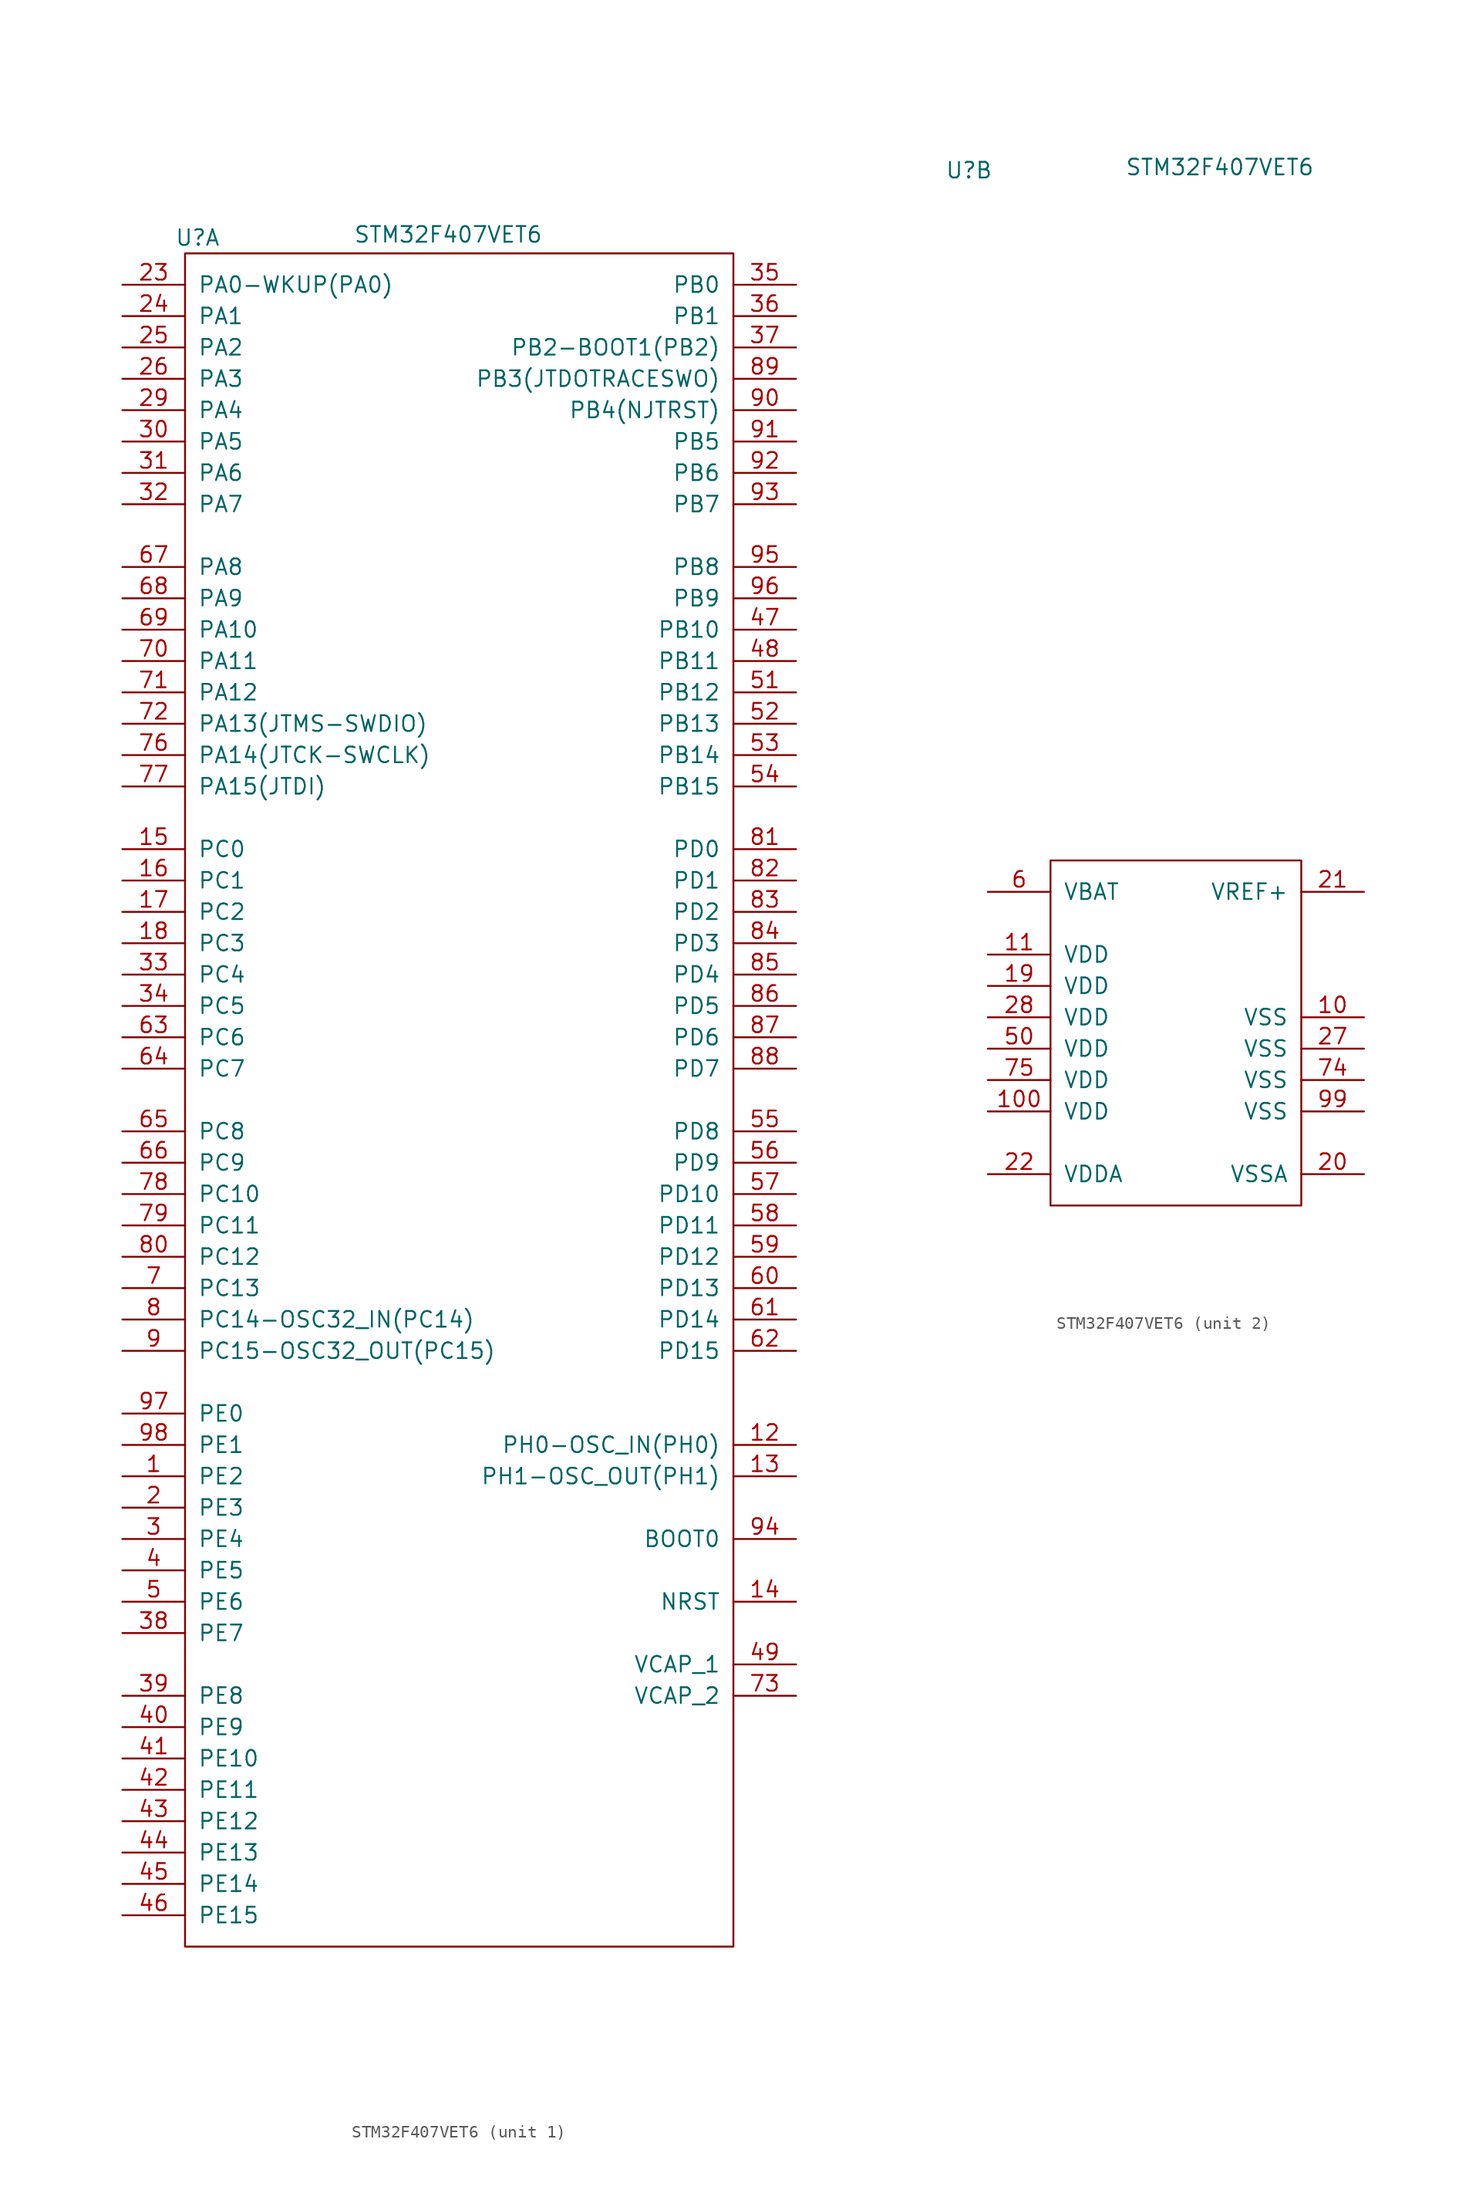
<source format=kicad_sym>
(kicad_symbol_lib
  (version 20231120)
  (generator "kicad_symbol_editor")
  (generator_version "8.0")
  (symbol "STM32F407VET6"
    (pin_names
      (offset 1.016))
    (property "Reference" "U"
      (at -16.764 69.85 0)
      (effects (font (size 1.27 1.27))))
    (property "Value" "STM32F407VET6"
      (at 3.556 70.104 0)
      (effects (font (size 1.27 1.27))))
    (symbol "STM32F407VET6_1_1"
      (rectangle (start -17.78 68.58) (end 26.67 -68.58) (stroke (width 0.152) (type solid)) (fill (type none)))
      (pin bidirectional line (at -22.86 -30.48 0) (length 5.08) (name "PE2" (effects (font (size 1.27 1.27)))) (number "1" (effects (font (size 1.27 1.27)))))
      (pin bidirectional line (at 31.75 -27.94 180) (length 5.08) (name "PH0-OSC_IN(PH0)" (effects (font (size 1.27 1.27)))) (number "12" (effects (font (size 1.27 1.27)))))
      (pin bidirectional line (at 31.75 -30.48 180) (length 5.08) (name "PH1-OSC_OUT(PH1)" (effects (font (size 1.27 1.27)))) (number "13" (effects (font (size 1.27 1.27)))))
      (pin bidirectional line (at 31.75 -40.64 180) (length 5.08) (name "NRST" (effects (font (size 1.27 1.27)))) (number "14" (effects (font (size 1.27 1.27)))))
      (pin bidirectional line (at -22.86 20.32 0) (length 5.08) (name "PC0" (effects (font (size 1.27 1.27)))) (number "15" (effects (font (size 1.27 1.27)))))
      (pin bidirectional line (at -22.86 17.78 0) (length 5.08) (name "PC1" (effects (font (size 1.27 1.27)))) (number "16" (effects (font (size 1.27 1.27)))))
      (pin bidirectional line (at -22.86 15.24 0) (length 5.08) (name "PC2" (effects (font (size 1.27 1.27)))) (number "17" (effects (font (size 1.27 1.27)))))
      (pin bidirectional line (at -22.86 12.7 0) (length 5.08) (name "PC3" (effects (font (size 1.27 1.27)))) (number "18" (effects (font (size 1.27 1.27)))))
      (pin bidirectional line (at -22.86 -33.02 0) (length 5.08) (name "PE3" (effects (font (size 1.27 1.27)))) (number "2" (effects (font (size 1.27 1.27)))))
      (pin bidirectional line (at -22.86 66.04 0) (length 5.08) (name "PA0-WKUP(PA0)" (effects (font (size 1.27 1.27)))) (number "23" (effects (font (size 1.27 1.27)))))
      (pin bidirectional line (at -22.86 63.5 0) (length 5.08) (name "PA1" (effects (font (size 1.27 1.27)))) (number "24" (effects (font (size 1.27 1.27)))))
      (pin bidirectional line (at -22.86 60.96 0) (length 5.08) (name "PA2" (effects (font (size 1.27 1.27)))) (number "25" (effects (font (size 1.27 1.27)))))
      (pin bidirectional line (at -22.86 58.42 0) (length 5.08) (name "PA3" (effects (font (size 1.27 1.27)))) (number "26" (effects (font (size 1.27 1.27)))))
      (pin bidirectional line (at -22.86 55.88 0) (length 5.08) (name "PA4" (effects (font (size 1.27 1.27)))) (number "29" (effects (font (size 1.27 1.27)))))
      (pin bidirectional line (at -22.86 -35.56 0) (length 5.08) (name "PE4" (effects (font (size 1.27 1.27)))) (number "3" (effects (font (size 1.27 1.27)))))
      (pin bidirectional line (at -22.86 53.34 0) (length 5.08) (name "PA5" (effects (font (size 1.27 1.27)))) (number "30" (effects (font (size 1.27 1.27)))))
      (pin bidirectional line (at -22.86 50.8 0) (length 5.08) (name "PA6" (effects (font (size 1.27 1.27)))) (number "31" (effects (font (size 1.27 1.27)))))
      (pin bidirectional line (at -22.86 48.26 0) (length 5.08) (name "PA7" (effects (font (size 1.27 1.27)))) (number "32" (effects (font (size 1.27 1.27)))))
      (pin bidirectional line (at -22.86 10.16 0) (length 5.08) (name "PC4" (effects (font (size 1.27 1.27)))) (number "33" (effects (font (size 1.27 1.27)))))
      (pin bidirectional line (at -22.86 7.62 0) (length 5.08) (name "PC5" (effects (font (size 1.27 1.27)))) (number "34" (effects (font (size 1.27 1.27)))))
      (pin bidirectional line (at 31.75 66.04 180) (length 5.08) (name "PB0" (effects (font (size 1.27 1.27)))) (number "35" (effects (font (size 1.27 1.27)))))
      (pin bidirectional line (at 31.75 63.5 180) (length 5.08) (name "PB1" (effects (font (size 1.27 1.27)))) (number "36" (effects (font (size 1.27 1.27)))))
      (pin bidirectional line (at 31.75 60.96 180) (length 5.08) (name "PB2-BOOT1(PB2)" (effects (font (size 1.27 1.27)))) (number "37" (effects (font (size 1.27 1.27)))))
      (pin bidirectional line (at -22.86 -43.18 0) (length 5.08) (name "PE7" (effects (font (size 1.27 1.27)))) (number "38" (effects (font (size 1.27 1.27)))))
      (pin bidirectional line (at -22.86 -48.26 0) (length 5.08) (name "PE8" (effects (font (size 1.27 1.27)))) (number "39" (effects (font (size 1.27 1.27)))))
      (pin bidirectional line (at -22.86 -38.1 0) (length 5.08) (name "PE5" (effects (font (size 1.27 1.27)))) (number "4" (effects (font (size 1.27 1.27)))))
      (pin bidirectional line (at -22.86 -50.8 0) (length 5.08) (name "PE9" (effects (font (size 1.27 1.27)))) (number "40" (effects (font (size 1.27 1.27)))))
      (pin bidirectional line (at -22.86 -53.34 0) (length 5.08) (name "PE10" (effects (font (size 1.27 1.27)))) (number "41" (effects (font (size 1.27 1.27)))))
      (pin bidirectional line (at -22.86 -55.88 0) (length 5.08) (name "PE11" (effects (font (size 1.27 1.27)))) (number "42" (effects (font (size 1.27 1.27)))))
      (pin bidirectional line (at -22.86 -58.42 0) (length 5.08) (name "PE12" (effects (font (size 1.27 1.27)))) (number "43" (effects (font (size 1.27 1.27)))))
      (pin bidirectional line (at -22.86 -60.96 0) (length 5.08) (name "PE13" (effects (font (size 1.27 1.27)))) (number "44" (effects (font (size 1.27 1.27)))))
      (pin bidirectional line (at -22.86 -63.5 0) (length 5.08) (name "PE14" (effects (font (size 1.27 1.27)))) (number "45" (effects (font (size 1.27 1.27)))))
      (pin bidirectional line (at -22.86 -66.04 0) (length 5.08) (name "PE15" (effects (font (size 1.27 1.27)))) (number "46" (effects (font (size 1.27 1.27)))))
      (pin bidirectional line (at 31.75 38.1 180) (length 5.08) (name "PB10" (effects (font (size 1.27 1.27)))) (number "47" (effects (font (size 1.27 1.27)))))
      (pin bidirectional line (at 31.75 35.56 180) (length 5.08) (name "PB11" (effects (font (size 1.27 1.27)))) (number "48" (effects (font (size 1.27 1.27)))))
      (pin power_in line (at 31.75 -45.72 180) (length 5.08) (name "VCAP_1" (effects (font (size 1.27 1.27)))) (number "49" (effects (font (size 1.27 1.27)))))
      (pin bidirectional line (at -22.86 -40.64 0) (length 5.08) (name "PE6" (effects (font (size 1.27 1.27)))) (number "5" (effects (font (size 1.27 1.27)))))
      (pin bidirectional line (at 31.75 33.02 180) (length 5.08) (name "PB12" (effects (font (size 1.27 1.27)))) (number "51" (effects (font (size 1.27 1.27)))))
      (pin bidirectional line (at 31.75 30.48 180) (length 5.08) (name "PB13" (effects (font (size 1.27 1.27)))) (number "52" (effects (font (size 1.27 1.27)))))
      (pin bidirectional line (at 31.75 27.94 180) (length 5.08) (name "PB14" (effects (font (size 1.27 1.27)))) (number "53" (effects (font (size 1.27 1.27)))))
      (pin bidirectional line (at 31.75 25.4 180) (length 5.08) (name "PB15" (effects (font (size 1.27 1.27)))) (number "54" (effects (font (size 1.27 1.27)))))
      (pin bidirectional line (at 31.75 -2.54 180) (length 5.08) (name "PD8" (effects (font (size 1.27 1.27)))) (number "55" (effects (font (size 1.27 1.27)))))
      (pin bidirectional line (at 31.75 -5.08 180) (length 5.08) (name "PD9" (effects (font (size 1.27 1.27)))) (number "56" (effects (font (size 1.27 1.27)))))
      (pin bidirectional line (at 31.75 -7.62 180) (length 5.08) (name "PD10" (effects (font (size 1.27 1.27)))) (number "57" (effects (font (size 1.27 1.27)))))
      (pin bidirectional line (at 31.75 -10.16 180) (length 5.08) (name "PD11" (effects (font (size 1.27 1.27)))) (number "58" (effects (font (size 1.27 1.27)))))
      (pin bidirectional line (at 31.75 -12.7 180) (length 5.08) (name "PD12" (effects (font (size 1.27 1.27)))) (number "59" (effects (font (size 1.27 1.27)))))
      (pin bidirectional line (at 31.75 -15.24 180) (length 5.08) (name "PD13" (effects (font (size 1.27 1.27)))) (number "60" (effects (font (size 1.27 1.27)))))
      (pin bidirectional line (at 31.75 -17.78 180) (length 5.08) (name "PD14" (effects (font (size 1.27 1.27)))) (number "61" (effects (font (size 1.27 1.27)))))
      (pin bidirectional line (at 31.75 -20.32 180) (length 5.08) (name "PD15" (effects (font (size 1.27 1.27)))) (number "62" (effects (font (size 1.27 1.27)))))
      (pin bidirectional line (at -22.86 5.08 0) (length 5.08) (name "PC6" (effects (font (size 1.27 1.27)))) (number "63" (effects (font (size 1.27 1.27)))))
      (pin bidirectional line (at -22.86 2.54 0) (length 5.08) (name "PC7" (effects (font (size 1.27 1.27)))) (number "64" (effects (font (size 1.27 1.27)))))
      (pin bidirectional line (at -22.86 -2.54 0) (length 5.08) (name "PC8" (effects (font (size 1.27 1.27)))) (number "65" (effects (font (size 1.27 1.27)))))
      (pin bidirectional line (at -22.86 -5.08 0) (length 5.08) (name "PC9" (effects (font (size 1.27 1.27)))) (number "66" (effects (font (size 1.27 1.27)))))
      (pin bidirectional line (at -22.86 43.18 0) (length 5.08) (name "PA8" (effects (font (size 1.27 1.27)))) (number "67" (effects (font (size 1.27 1.27)))))
      (pin bidirectional line (at -22.86 40.64 0) (length 5.08) (name "PA9" (effects (font (size 1.27 1.27)))) (number "68" (effects (font (size 1.27 1.27)))))
      (pin bidirectional line (at -22.86 38.1 0) (length 5.08) (name "PA10" (effects (font (size 1.27 1.27)))) (number "69" (effects (font (size 1.27 1.27)))))
      (pin bidirectional line (at -22.86 -15.24 0) (length 5.08) (name "PC13" (effects (font (size 1.27 1.27)))) (number "7" (effects (font (size 1.27 1.27)))))
      (pin bidirectional line (at -22.86 35.56 0) (length 5.08) (name "PA11" (effects (font (size 1.27 1.27)))) (number "70" (effects (font (size 1.27 1.27)))))
      (pin bidirectional line (at -22.86 33.02 0) (length 5.08) (name "PA12" (effects (font (size 1.27 1.27)))) (number "71" (effects (font (size 1.27 1.27)))))
      (pin bidirectional line (at -22.86 30.48 0) (length 5.08) (name "PA13(JTMS-SWDIO)" (effects (font (size 1.27 1.27)))) (number "72" (effects (font (size 1.27 1.27)))))
      (pin power_in line (at 31.75 -48.26 180) (length 5.08) (name "VCAP_2" (effects (font (size 1.27 1.27)))) (number "73" (effects (font (size 1.27 1.27)))))
      (pin bidirectional line (at -22.86 27.94 0) (length 5.08) (name "PA14(JTCK-SWCLK)" (effects (font (size 1.27 1.27)))) (number "76" (effects (font (size 1.27 1.27)))))
      (pin bidirectional line (at -22.86 25.4 0) (length 5.08) (name "PA15(JTDI)" (effects (font (size 1.27 1.27)))) (number "77" (effects (font (size 1.27 1.27)))))
      (pin bidirectional line (at -22.86 -7.62 0) (length 5.08) (name "PC10" (effects (font (size 1.27 1.27)))) (number "78" (effects (font (size 1.27 1.27)))))
      (pin bidirectional line (at -22.86 -10.16 0) (length 5.08) (name "PC11" (effects (font (size 1.27 1.27)))) (number "79" (effects (font (size 1.27 1.27)))))
      (pin bidirectional line (at -22.86 -17.78 0) (length 5.08) (name "PC14-OSC32_IN(PC14)" (effects (font (size 1.27 1.27)))) (number "8" (effects (font (size 1.27 1.27)))))
      (pin bidirectional line (at -22.86 -12.7 0) (length 5.08) (name "PC12" (effects (font (size 1.27 1.27)))) (number "80" (effects (font (size 1.27 1.27)))))
      (pin bidirectional line (at 31.75 20.32 180) (length 5.08) (name "PD0" (effects (font (size 1.27 1.27)))) (number "81" (effects (font (size 1.27 1.27)))))
      (pin bidirectional line (at 31.75 17.78 180) (length 5.08) (name "PD1" (effects (font (size 1.27 1.27)))) (number "82" (effects (font (size 1.27 1.27)))))
      (pin bidirectional line (at 31.75 15.24 180) (length 5.08) (name "PD2" (effects (font (size 1.27 1.27)))) (number "83" (effects (font (size 1.27 1.27)))))
      (pin bidirectional line (at 31.75 12.7 180) (length 5.08) (name "PD3" (effects (font (size 1.27 1.27)))) (number "84" (effects (font (size 1.27 1.27)))))
      (pin bidirectional line (at 31.75 10.16 180) (length 5.08) (name "PD4" (effects (font (size 1.27 1.27)))) (number "85" (effects (font (size 1.27 1.27)))))
      (pin bidirectional line (at 31.75 7.62 180) (length 5.08) (name "PD5" (effects (font (size 1.27 1.27)))) (number "86" (effects (font (size 1.27 1.27)))))
      (pin bidirectional line (at 31.75 5.08 180) (length 5.08) (name "PD6" (effects (font (size 1.27 1.27)))) (number "87" (effects (font (size 1.27 1.27)))))
      (pin bidirectional line (at 31.75 2.54 180) (length 5.08) (name "PD7" (effects (font (size 1.27 1.27)))) (number "88" (effects (font (size 1.27 1.27)))))
      (pin bidirectional line (at 31.75 58.42 180) (length 5.08) (name "PB3(JTDOTRACESWO)" (effects (font (size 1.27 1.27)))) (number "89" (effects (font (size 1.27 1.27)))))
      (pin bidirectional line (at -22.86 -20.32 0) (length 5.08) (name "PC15-OSC32_OUT(PC15)" (effects (font (size 1.27 1.27)))) (number "9" (effects (font (size 1.27 1.27)))))
      (pin bidirectional line (at 31.75 55.88 180) (length 5.08) (name "PB4(NJTRST)" (effects (font (size 1.27 1.27)))) (number "90" (effects (font (size 1.27 1.27)))))
      (pin bidirectional line (at 31.75 53.34 180) (length 5.08) (name "PB5" (effects (font (size 1.27 1.27)))) (number "91" (effects (font (size 1.27 1.27)))))
      (pin bidirectional line (at 31.75 50.8 180) (length 5.08) (name "PB6" (effects (font (size 1.27 1.27)))) (number "92" (effects (font (size 1.27 1.27)))))
      (pin bidirectional line (at 31.75 48.26 180) (length 5.08) (name "PB7" (effects (font (size 1.27 1.27)))) (number "93" (effects (font (size 1.27 1.27)))))
      (pin input line (at 31.75 -35.56 180) (length 5.08) (name "BOOT0" (effects (font (size 1.27 1.27)))) (number "94" (effects (font (size 1.27 1.27)))))
      (pin bidirectional line (at 31.75 43.18 180) (length 5.08) (name "PB8" (effects (font (size 1.27 1.27)))) (number "95" (effects (font (size 1.27 1.27)))))
      (pin bidirectional line (at 31.75 40.64 180) (length 5.08) (name "PB9" (effects (font (size 1.27 1.27)))) (number "96" (effects (font (size 1.27 1.27)))))
      (pin bidirectional line (at -22.86 -25.4 0) (length 5.08) (name "PE0" (effects (font (size 1.27 1.27)))) (number "97" (effects (font (size 1.27 1.27)))))
      (pin bidirectional line (at -22.86 -27.94 0) (length 5.08) (name "PE1" (effects (font (size 1.27 1.27)))) (number "98" (effects (font (size 1.27 1.27))))))
    (symbol "STM32F407VET6_2_1"
      (rectangle (start -10.16 13.97) (end 10.16 -13.97) (stroke (width 0.152) (type solid)) (fill (type none)))
      (pin power_in line (at 15.24 1.27 180) (length 5.08) (name "VSS" (effects (font (size 1.27 1.27)))) (number "10" (effects (font (size 1.27 1.27)))))
      (pin power_in line (at -15.24 -6.35 0) (length 5.08) (name "VDD" (effects (font (size 1.27 1.27)))) (number "100" (effects (font (size 1.27 1.27)))))
      (pin power_in line (at -15.24 6.35 0) (length 5.08) (name "VDD" (effects (font (size 1.27 1.27)))) (number "11" (effects (font (size 1.27 1.27)))))
      (pin power_in line (at -15.24 3.81 0) (length 5.08) (name "VDD" (effects (font (size 1.27 1.27)))) (number "19" (effects (font (size 1.27 1.27)))))
      (pin power_in line (at 15.24 -11.43 180) (length 5.08) (name "VSSA" (effects (font (size 1.27 1.27)))) (number "20" (effects (font (size 1.27 1.27)))))
      (pin power_in line (at 15.24 11.43 180) (length 5.08) (name "VREF+" (effects (font (size 1.27 1.27)))) (number "21" (effects (font (size 1.27 1.27)))))
      (pin power_in line (at -15.24 -11.43 0) (length 5.08) (name "VDDA" (effects (font (size 1.27 1.27)))) (number "22" (effects (font (size 1.27 1.27)))))
      (pin power_in line (at 15.24 -1.27 180) (length 5.08) (name "VSS" (effects (font (size 1.27 1.27)))) (number "27" (effects (font (size 1.27 1.27)))))
      (pin power_in line (at -15.24 1.27 0) (length 5.08) (name "VDD" (effects (font (size 1.27 1.27)))) (number "28" (effects (font (size 1.27 1.27)))))
      (pin power_in line (at -15.24 -1.27 0) (length 5.08) (name "VDD" (effects (font (size 1.27 1.27)))) (number "50" (effects (font (size 1.27 1.27)))))
      (pin power_in line (at -15.24 11.43 0) (length 5.08) (name "VBAT" (effects (font (size 1.27 1.27)))) (number "6" (effects (font (size 1.27 1.27)))))
      (pin power_in line (at 15.24 -3.81 180) (length 5.08) (name "VSS" (effects (font (size 1.27 1.27)))) (number "74" (effects (font (size 1.27 1.27)))))
      (pin power_in line (at -15.24 -3.81 0) (length 5.08) (name "VDD" (effects (font (size 1.27 1.27)))) (number "75" (effects (font (size 1.27 1.27)))))
      (pin power_in line (at 15.24 -6.35 180) (length 5.08) (name "VSS" (effects (font (size 1.27 1.27)))) (number "99" (effects (font (size 1.27 1.27))))))))
</source>
